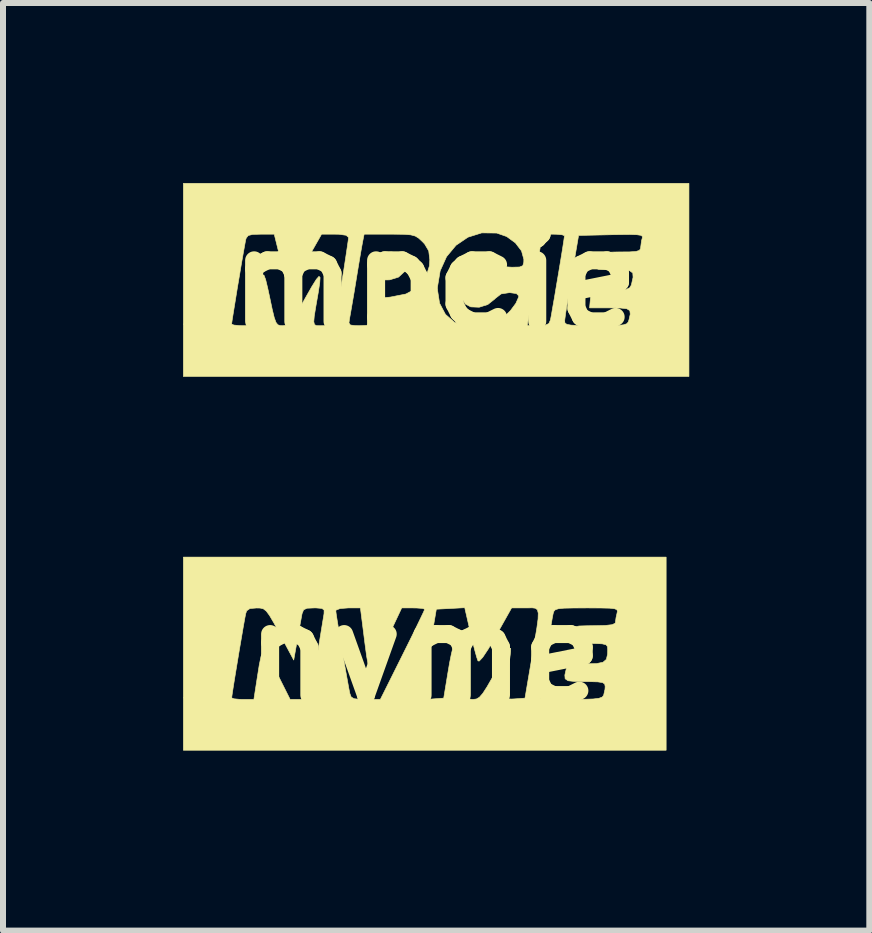
<source format=kicad_pcb>
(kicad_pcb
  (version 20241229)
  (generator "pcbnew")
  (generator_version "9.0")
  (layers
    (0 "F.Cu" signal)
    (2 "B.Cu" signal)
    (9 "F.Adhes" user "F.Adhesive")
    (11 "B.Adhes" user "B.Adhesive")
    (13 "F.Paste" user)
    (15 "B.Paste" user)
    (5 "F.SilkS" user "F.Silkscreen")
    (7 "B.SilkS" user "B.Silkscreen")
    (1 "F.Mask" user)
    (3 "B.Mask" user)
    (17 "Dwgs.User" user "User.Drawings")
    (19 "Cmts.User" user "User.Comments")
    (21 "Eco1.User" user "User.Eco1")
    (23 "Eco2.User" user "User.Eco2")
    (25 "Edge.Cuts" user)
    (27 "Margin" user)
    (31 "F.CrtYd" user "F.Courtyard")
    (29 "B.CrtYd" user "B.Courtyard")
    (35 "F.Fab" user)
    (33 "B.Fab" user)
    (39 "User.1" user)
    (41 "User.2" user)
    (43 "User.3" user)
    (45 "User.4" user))
  (footprint "mpcie"
    (layer "F.Cu")
    (at 4.196 1.614)
    (property "Reference" "mpcie" (at 0 0 0) (layer "F.SilkS") (effects (font (size 1.524 1.524) (thickness 0.3))))
    (attr through_hole)
    (fp_poly (pts (xy -0.576 -0.444) (xy -0.49 -0.376) (xy -0.466 -0.267) (xy -0.504 -0.141) (xy -0.606 -0.047) (xy -0.751 -0.002) (xy -0.789 0) (xy -0.942 0) (xy -0.916 -0.159) (xy -0.899 -0.284) (xy -0.89 -0.382) (xy -0.889 -0.392) (xy -0.869 -0.442) (xy -0.795 -0.463) (xy -0.728 -0.466) (xy -0.576 -0.444)) (stroke (width 0.01) (type solid)) (fill yes) (layer "F.SilkS"))
    (fp_poly (pts (xy 4.233 1.609) (xy -4.191 1.609) (xy -4.191 0.736) (xy -3.387 0.736) (xy -3.349 0.752) (xy -3.254 0.761) (xy -3.203 0.762) (xy -3.019 0.762) (xy -2.965 0.396) (xy -2.928 0.156) (xy -2.899 -0.003) (xy -2.874 -0.081) (xy -2.849 -0.082) (xy -2.82 -0.006) (xy -2.784 0.144) (xy -2.753 0.288) (xy -2.71 0.492) (xy -2.677 0.627) (xy -2.648 0.707) (xy -2.617 0.747) (xy -2.577 0.761) (xy -2.536 0.762) (xy -2.482 0.755) (xy -2.432 0.727) (xy -2.377 0.665) (xy -2.306 0.557) (xy -2.209 0.392) (xy -2.162 0.307) (xy -2.051 0.112) (xy -1.975 -0.01) (xy -1.931 -0.06) (xy -1.913 -0.04) (xy -1.919 0.05) (xy -1.943 0.208) (xy -1.948 0.236) (xy -1.986 0.455) (xy -2.01 0.603) (xy -2.018 0.695) (xy -2.007 0.743) (xy -1.974 0.762) (xy -1.918 0.763) (xy -1.852 0.762) (xy -1.669 0.762) (xy -1.662 0.717) (xy -1.432 0.717) (xy -1.408 0.751) (xy -1.331 0.761) (xy -1.257 0.762) (xy -1.14 0.757) (xy -1.08 0.732) (xy -1.051 0.67) (xy -1.042 0.63) (xy -1.023 0.503) (xy -1.016 0.403) (xy -1.008 0.351) (xy -0.972 0.319) (xy -0.888 0.3) (xy -0.744 0.286) (xy -0.484 0.235) (xy -0.339 0.158) (xy 0.042 0.158) (xy 0.078 0.389) (xy 0.176 0.574) (xy 0.326 0.705) (xy 0.518 0.777) (xy 0.739 0.785) (xy 0.825 0.762) (xy 1.538 0.762) (xy 1.721 0.762) (xy 1.839 0.755) (xy 1.899 0.726) (xy 1.916 0.688) (xy 2.162 0.688) (xy 2.168 0.719) (xy 2.199 0.74) (xy 2.268 0.753) (xy 2.388 0.759) (xy 2.573 0.762) (xy 2.683 0.762) (xy 2.902 0.761) (xy 3.05 0.758) (xy 3.143 0.748) (xy 3.195 0.731) (xy 3.22 0.703) (xy 3.233 0.667) (xy 3.255 0.57) (xy 3.248 0.511) (xy 3.197 0.48) (xy 3.09 0.468) (xy 2.918 0.466) (xy 2.577 0.466) (xy 2.59 0.328) (xy 2.603 0.191) (xy 2.927 0.178) (xy 3.093 0.17) (xy 3.193 0.156) (xy 3.246 0.131) (xy 3.271 0.089) (xy 3.276 0.072) (xy 3.302 -0.044) (xy 3.297 -0.116) (xy 3.245 -0.153) (xy 3.134 -0.167) (xy 2.98 -0.169) (xy 2.817 -0.171) (xy 2.723 -0.178) (xy 2.681 -0.196) (xy 2.675 -0.231) (xy 2.683 -0.265) (xy 2.703 -0.363) (xy 2.709 -0.413) (xy 2.737 -0.441) (xy 2.828 -0.458) (xy 2.991 -0.465) (xy 3.069 -0.466) (xy 3.244 -0.467) (xy 3.352 -0.475) (xy 3.407 -0.492) (xy 3.427 -0.523) (xy 3.429 -0.547) (xy 3.443 -0.654) (xy 3.455 -0.696) (xy 3.458 -0.724) (xy 3.433 -0.743) (xy 3.367 -0.753) (xy 3.249 -0.757) (xy 3.065 -0.755) (xy 2.938 -0.753) (xy 2.394 -0.741) (xy 2.279 -0.064) (xy 2.24 0.171) (xy 2.206 0.379) (xy 2.18 0.546) (xy 2.165 0.656) (xy 2.162 0.688) (xy 1.916 0.688) (xy 1.925 0.667) (xy 1.939 0.595) (xy 1.962 0.462) (xy 1.993 0.286) (xy 2.027 0.082) (xy 2.063 -0.13) (xy 2.097 -0.335) (xy 2.126 -0.514) (xy 2.147 -0.65) (xy 2.158 -0.727) (xy 2.159 -0.736) (xy 2.121 -0.752) (xy 2.026 -0.761) (xy 1.975 -0.762) (xy 1.791 -0.762) (xy 1.538 0.762) (xy 0.825 0.762) (xy 0.98 0.721) (xy 1.034 0.697) (xy 1.148 0.621) (xy 1.26 0.51) (xy 1.349 0.39) (xy 1.395 0.286) (xy 1.397 0.265) (xy 1.358 0.227) (xy 1.249 0.212) (xy 1.24 0.212) (xy 1.103 0.233) (xy 1.005 0.309) (xy 0.996 0.319) (xy 0.881 0.41) (xy 0.738 0.455) (xy 0.598 0.449) (xy 0.507 0.401) (xy 0.438 0.287) (xy 0.42 0.132) (xy 0.446 -0.04) (xy 0.51 -0.205) (xy 0.606 -0.342) (xy 0.721 -0.424) (xy 0.865 -0.455) (xy 0.99 -0.432) (xy 1.073 -0.362) (xy 1.093 -0.306) (xy 1.113 -0.247) (xy 1.168 -0.219) (xy 1.28 -0.212) (xy 1.294 -0.212) (xy 1.41 -0.215) (xy 1.465 -0.237) (xy 1.481 -0.294) (xy 1.482 -0.343) (xy 1.443 -0.484) (xy 1.341 -0.617) (xy 1.196 -0.723) (xy 1.03 -0.781) (xy 0.781 -0.784) (xy 0.551 -0.712) (xy 0.352 -0.577) (xy 0.194 -0.387) (xy 0.088 -0.152) (xy 0.043 0.117) (xy 0.042 0.158) (xy -0.339 0.158) (xy -0.287 0.13) (xy -0.156 -0.027) (xy -0.091 -0.235) (xy -0.085 -0.34) (xy -0.103 -0.484) (xy -0.171 -0.599) (xy -0.208 -0.638) (xy -0.269 -0.695) (xy -0.327 -0.731) (xy -0.403 -0.751) (xy -0.517 -0.76) (xy -0.69 -0.762) (xy -0.755 -0.762) (xy -1.179 -0.762) (xy -1.202 -0.646) (xy -1.218 -0.56) (xy -1.244 -0.411) (xy -1.276 -0.22) (xy -1.311 -0.007) (xy -1.312 0) (xy -1.347 0.213) (xy -1.38 0.405) (xy -1.406 0.556) (xy -1.422 0.644) (xy -1.422 0.646) (xy -1.432 0.717) (xy -1.662 0.717) (xy -1.554 0.053) (xy -1.515 -0.185) (xy -1.483 -0.395) (xy -1.458 -0.563) (xy -1.442 -0.673) (xy -1.439 -0.709) (xy -1.479 -0.744) (xy -1.599 -0.761) (xy -1.664 -0.762) (xy -1.888 -0.762) (xy -2.153 -0.296) (xy -2.254 -0.121) (xy -2.34 0.025) (xy -2.402 0.126) (xy -2.431 0.169) (xy -2.432 0.169) (xy -2.447 0.131) (xy -2.477 0.027) (xy -2.518 -0.127) (xy -2.561 -0.296) (xy -2.677 -0.762) (xy -2.904 -0.762) (xy -3.038 -0.758) (xy -3.11 -0.74) (xy -3.143 -0.698) (xy -3.153 -0.667) (xy -3.166 -0.595) (xy -3.19 -0.462) (xy -3.221 -0.286) (xy -3.255 -0.082) (xy -3.291 0.13) (xy -3.324 0.335) (xy -3.353 0.514) (xy -3.375 0.65) (xy -3.386 0.727) (xy -3.387 0.736) (xy -4.191 0.736) (xy -4.191 -1.609) (xy 4.233 -1.609) (xy 4.233 1.609)) (stroke (width 0.01) (type solid)) (fill yes) (layer "F.SilkS")))
  (footprint "nvme"
    (layer "F.Cu")
    (at 4.027 7.841)
    (property "Reference" "nvme" (at 0 0 0) (layer "F.SilkS") (effects (font (size 1.524 1.524) (thickness 0.3))))
    (attr through_hole)
    (fp_poly (pts (xy 4.022 1.609) (xy -4.022 1.609) (xy -4.022 0.736) (xy -3.217 0.736) (xy -3.18 0.752) (xy -3.084 0.761) (xy -3.032 0.762) (xy -2.847 0.762) (xy -2.793 0.413) (xy -2.757 0.186) (xy -2.727 0.041) (xy -2.694 -0.025) (xy -2.651 -0.013) (xy -2.591 0.076) (xy -2.506 0.238) (xy -2.461 0.328) (xy -2.243 0.762) (xy -2.074 0.762) (xy -1.968 0.756) (xy -1.909 0.742) (xy -1.905 0.736) (xy -1.898 0.687) (xy -1.88 0.57) (xy -1.853 0.4) (xy -1.819 0.191) (xy -1.799 0.069) (xy -1.761 -0.161) (xy -1.727 -0.368) (xy -1.7 -0.533) (xy -1.682 -0.641) (xy -1.678 -0.667) (xy -1.677 -0.713) (xy -1.482 -0.713) (xy -1.475 -0.657) (xy -1.456 -0.536) (xy -1.428 -0.366) (xy -1.395 -0.166) (xy -1.359 0.046) (xy -1.323 0.254) (xy -1.29 0.439) (xy -1.264 0.584) (xy -1.247 0.667) (xy -1.226 0.721) (xy -1.179 0.75) (xy -1.085 0.761) (xy -0.983 0.762) (xy -0.74 0.762) (xy -0.697 0.677) (xy -0.031 0.677) (xy -0.021 0.732) (xy 0.007 0.757) (xy 0.051 0.761) (xy 0.114 0.756) (xy 0.137 0.754) (xy 0.316 0.741) (xy 0.384 0.328) (xy 0.414 0.151) (xy 0.443 0.007) (xy 0.465 -0.084) (xy 0.473 -0.106) (xy 0.49 -0.077) (xy 0.52 0.02) (xy 0.558 0.167) (xy 0.593 0.317) (xy 0.637 0.513) (xy 0.67 0.641) (xy 0.7 0.715) (xy 0.733 0.751) (xy 0.777 0.761) (xy 0.808 0.762) (xy 0.862 0.755) (xy 0.911 0.726) (xy 0.967 0.662) (xy 1.038 0.552) (xy 1.135 0.383) (xy 1.171 0.317) (xy 1.267 0.149) (xy 1.347 0.017) (xy 1.405 -0.067) (xy 1.43 -0.09) (xy 1.431 -0.089) (xy 1.43 -0.033) (xy 1.416 0.086) (xy 1.391 0.245) (xy 1.378 0.324) (xy 1.349 0.494) (xy 1.326 0.632) (xy 1.314 0.717) (xy 1.312 0.733) (xy 1.35 0.751) (xy 1.444 0.756) (xy 1.491 0.754) (xy 1.67 0.741) (xy 1.671 0.736) (xy 1.905 0.736) (xy 1.945 0.746) (xy 2.053 0.754) (xy 2.214 0.76) (xy 2.411 0.762) (xy 2.43 0.762) (xy 2.654 0.76) (xy 2.808 0.755) (xy 2.904 0.743) (xy 2.957 0.723) (xy 2.98 0.695) (xy 3.003 0.594) (xy 3.006 0.547) (xy 2.998 0.506) (xy 2.963 0.482) (xy 2.883 0.47) (xy 2.743 0.466) (xy 2.667 0.466) (xy 2.492 0.463) (xy 2.387 0.451) (xy 2.339 0.418) (xy 2.334 0.357) (xy 2.355 0.265) (xy 2.375 0.215) (xy 2.416 0.187) (xy 2.497 0.173) (xy 2.638 0.169) (xy 2.689 0.169) (xy 2.863 0.165) (xy 2.97 0.143) (xy 3.026 0.095) (xy 3.046 0.008) (xy 3.048 -0.067) (xy 3.044 -0.119) (xy 3.019 -0.149) (xy 2.956 -0.164) (xy 2.838 -0.169) (xy 2.726 -0.169) (xy 2.562 -0.172) (xy 2.468 -0.181) (xy 2.429 -0.2) (xy 2.428 -0.233) (xy 2.43 -0.236) (xy 2.452 -0.338) (xy 2.455 -0.384) (xy 2.463 -0.424) (xy 2.497 -0.448) (xy 2.573 -0.461) (xy 2.708 -0.465) (xy 2.815 -0.466) (xy 3.006 -0.47) (xy 3.122 -0.483) (xy 3.172 -0.507) (xy 3.176 -0.519) (xy 3.187 -0.6) (xy 3.202 -0.667) (xy 3.21 -0.706) (xy 3.201 -0.733) (xy 3.161 -0.749) (xy 3.078 -0.758) (xy 2.938 -0.761) (xy 2.729 -0.762) (xy 2.694 -0.762) (xy 2.473 -0.761) (xy 2.323 -0.758) (xy 2.229 -0.749) (xy 2.176 -0.732) (xy 2.151 -0.705) (xy 2.139 -0.667) (xy 2.125 -0.595) (xy 2.102 -0.462) (xy 2.071 -0.286) (xy 2.037 -0.082) (xy 2.001 0.13) (xy 1.967 0.335) (xy 1.938 0.514) (xy 1.917 0.65) (xy 1.906 0.727) (xy 1.905 0.736) (xy 1.671 0.736) (xy 1.785 0.064) (xy 1.833 -0.22) (xy 1.868 -0.43) (xy 1.888 -0.578) (xy 1.891 -0.675) (xy 1.877 -0.731) (xy 1.843 -0.757) (xy 1.789 -0.764) (xy 1.712 -0.762) (xy 1.676 -0.762) (xy 1.447 -0.762) (xy 1.183 -0.292) (xy 1.058 -0.077) (xy 0.966 0.061) (xy 0.908 0.123) (xy 0.887 0.121) (xy 0.865 0.057) (xy 0.83 -0.069) (xy 0.788 -0.236) (xy 0.761 -0.351) (xy 0.666 -0.766) (xy 0.429 -0.753) (xy 0.193 -0.741) (xy 0.078 -0.064) (xy 0.029 0.221) (xy -0.005 0.432) (xy -0.026 0.58) (xy -0.031 0.677) (xy -0.697 0.677) (xy -0.37 0.021) (xy -0.256 -0.208) (xy -0.156 -0.411) (xy -0.077 -0.575) (xy -0.023 -0.688) (xy -0.000302 -0.74) (xy 0 -0.741) (xy -0.038 -0.754) (xy -0.134 -0.761) (xy -0.192 -0.762) (xy -0.384 -0.762) (xy -0.646 -0.205) (xy -0.749 0.014) (xy -0.823 0.165) (xy -0.877 0.245) (xy -0.914 0.252) (xy -0.943 0.185) (xy -0.969 0.039) (xy -0.999 -0.186) (xy -1.019 -0.346) (xy -1.072 -0.762) (xy -1.277 -0.762) (xy -1.41 -0.752) (xy -1.477 -0.726) (xy -1.482 -0.713) (xy -1.677 -0.713) (xy -1.677 -0.726) (xy -1.713 -0.754) (xy -1.808 -0.762) (xy -1.845 -0.762) (xy -1.961 -0.757) (xy -2.018 -0.731) (xy -2.045 -0.665) (xy -2.052 -0.624) (xy -2.073 -0.511) (xy -2.101 -0.351) (xy -2.13 -0.191) (xy -2.183 0.106) (xy -2.415 -0.327) (xy -2.514 -0.513) (xy -2.586 -0.636) (xy -2.64 -0.709) (xy -2.689 -0.747) (xy -2.744 -0.76) (xy -2.804 -0.761) (xy -2.913 -0.752) (xy -2.967 -0.714) (xy -2.983 -0.667) (xy -2.997 -0.595) (xy -3.021 -0.462) (xy -3.051 -0.286) (xy -3.086 -0.082) (xy -3.121 0.13) (xy -3.155 0.335) (xy -3.184 0.514) (xy -3.205 0.65) (xy -3.216 0.727) (xy -3.217 0.736) (xy -4.022 0.736) (xy -4.022 -1.609) (xy 4.022 -1.609) (xy 4.022 1.609)) (stroke (width 0.01) (type solid)) (fill yes) (layer "F.SilkS")))
  (gr_rect
    (start -3 -3)
    (end 11.434 12.455)
    (stroke (width 0.1) (type default))
    (fill no)
    (layer "Edge.Cuts")))
</source>
